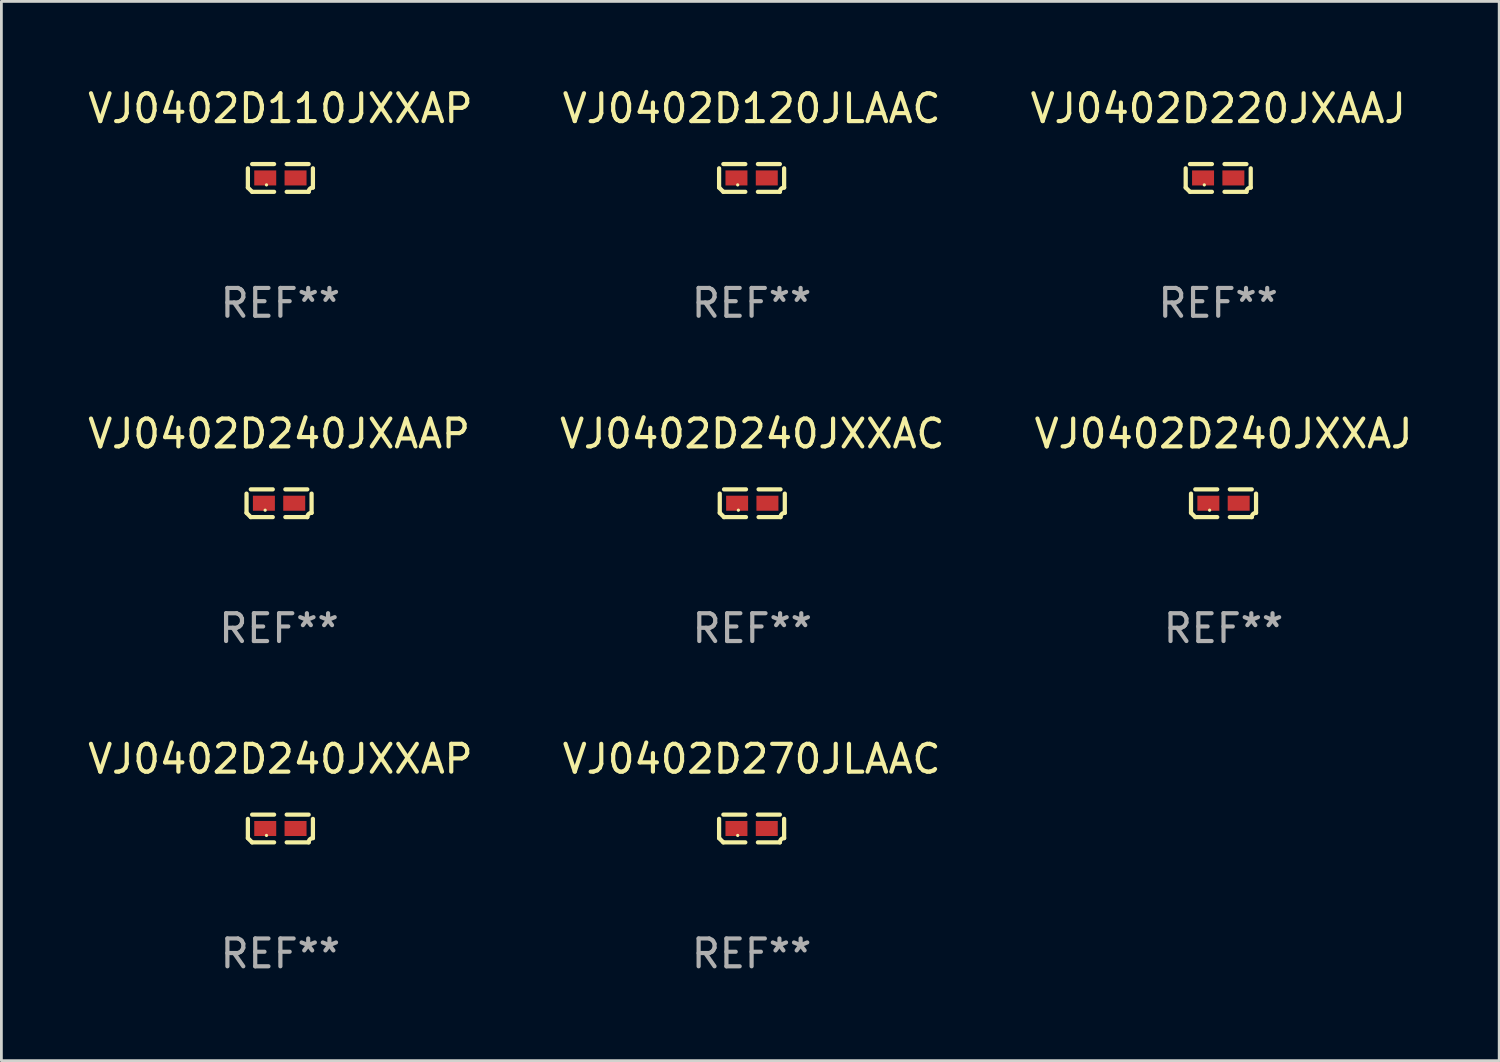
<source format=kicad_pcb>
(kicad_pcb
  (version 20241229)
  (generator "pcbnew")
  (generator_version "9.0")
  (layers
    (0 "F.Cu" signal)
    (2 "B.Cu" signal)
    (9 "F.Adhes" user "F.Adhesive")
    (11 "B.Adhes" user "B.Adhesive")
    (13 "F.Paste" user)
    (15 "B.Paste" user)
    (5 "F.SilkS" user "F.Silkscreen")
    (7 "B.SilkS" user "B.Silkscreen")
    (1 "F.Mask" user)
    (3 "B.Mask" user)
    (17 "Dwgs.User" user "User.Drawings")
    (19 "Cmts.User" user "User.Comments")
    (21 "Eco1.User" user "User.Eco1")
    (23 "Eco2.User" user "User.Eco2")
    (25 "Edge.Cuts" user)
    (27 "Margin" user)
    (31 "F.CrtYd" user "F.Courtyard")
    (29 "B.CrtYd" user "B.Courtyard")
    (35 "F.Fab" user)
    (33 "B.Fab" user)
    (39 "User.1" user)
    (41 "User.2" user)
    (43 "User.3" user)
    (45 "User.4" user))
  (footprint "VJ0402D240JXAAP"
    (layer "F.Cu")
    (at 6.982 15.041)
    (property "Reference" "VJ0402D240JXAAP" (at 0 -2.499 0) (layer "F.SilkS") (effects (font (size 1 1) (thickness 0.15))))
    (attr through_hole)
    (fp_line (start -1.169 0.346) (end -1.169 -0.346) (stroke (width 0.152) (type solid)) (layer "F.SilkS"))
    (fp_line (start -1.016 -0.499) (end -0.226 -0.499) (stroke (width 0.152) (type solid)) (layer "F.SilkS"))
    (fp_line (start -0.226 0.499) (end -1.016 0.499) (stroke (width 0.152) (type solid)) (layer "F.SilkS"))
    (fp_line (start 0.226 0.499) (end 1.016 0.499) (stroke (width 0.152) (type solid)) (layer "F.SilkS"))
    (fp_line (start 1.016 -0.499) (end 0.226 -0.499) (stroke (width 0.152) (type solid)) (layer "F.SilkS"))
    (fp_line (start 1.169 0.346) (end 1.169 -0.346) (stroke (width 0.152) (type solid)) (layer "F.SilkS"))
    (fp_arc (start -1.016307 0.498603) (mid -1.092512 0.422405) (end -1.16871 0.3462) (stroke (width 0.1524) (type solid)) (layer "F.SilkS"))
    (fp_arc (start 1.016307 0.498603) (mid 1.060899 0.390758) (end 1.168707 0.346076) (stroke (width 0.1524) (type solid)) (layer "F.SilkS"))
    (fp_circle (center -0.5 0.25) (end -0.47 0.25) (stroke (width 0.06) (type solid)) (fill no) (layer "F.SilkS"))
    (fp_text user "REF**" (at 0 4.499 0) (layer "F.Fab") (effects (font (size 1 1) (thickness 0.15))))
    (pad "1" smd rect (at -0.545 0) (size 0.79 0.54) (layers "F.Cu" "F.Mask" "F.Paste"))
    (pad "2" smd rect (at 0.545 0) (size 0.79 0.54) (layers "F.Cu" "F.Mask" "F.Paste")))
  (footprint "VJ0402D120JLAAC"
    (layer "F.Cu")
    (at 23.97 3.347)
    (property "Reference" "VJ0402D120JLAAC" (at 0 -2.499 0) (layer "F.SilkS") (effects (font (size 1 1) (thickness 0.15))))
    (attr through_hole)
    (fp_line (start -1.169 0.346) (end -1.169 -0.346) (stroke (width 0.152) (type solid)) (layer "F.SilkS"))
    (fp_line (start -1.016 -0.499) (end -0.226 -0.499) (stroke (width 0.152) (type solid)) (layer "F.SilkS"))
    (fp_line (start -0.226 0.499) (end -1.016 0.499) (stroke (width 0.152) (type solid)) (layer "F.SilkS"))
    (fp_line (start 0.226 0.499) (end 1.016 0.499) (stroke (width 0.152) (type solid)) (layer "F.SilkS"))
    (fp_line (start 1.016 -0.499) (end 0.226 -0.499) (stroke (width 0.152) (type solid)) (layer "F.SilkS"))
    (fp_line (start 1.169 0.346) (end 1.169 -0.346) (stroke (width 0.152) (type solid)) (layer "F.SilkS"))
    (fp_arc (start -1.016307 0.498603) (mid -1.092512 0.422405) (end -1.16871 0.3462) (stroke (width 0.1524) (type solid)) (layer "F.SilkS"))
    (fp_arc (start 1.016307 0.498603) (mid 1.060899 0.390758) (end 1.168707 0.346076) (stroke (width 0.1524) (type solid)) (layer "F.SilkS"))
    (fp_circle (center -0.5 0.25) (end -0.47 0.25) (stroke (width 0.06) (type solid)) (fill no) (layer "F.SilkS"))
    (fp_text user "REF**" (at 0 4.499 0) (layer "F.Fab") (effects (font (size 1 1) (thickness 0.15))))
    (pad "1" smd rect (at -0.545 0) (size 0.79 0.54) (layers "F.Cu" "F.Mask" "F.Paste"))
    (pad "2" smd rect (at 0.545 0) (size 0.79 0.54) (layers "F.Cu" "F.Mask" "F.Paste")))
  (footprint "VJ0402D270JLAAC"
    (layer "F.Cu")
    (at 23.97 26.734)
    (property "Reference" "VJ0402D270JLAAC" (at 0 -2.499 0) (layer "F.SilkS") (effects (font (size 1 1) (thickness 0.15))))
    (attr through_hole)
    (fp_line (start -1.169 0.346) (end -1.169 -0.346) (stroke (width 0.152) (type solid)) (layer "F.SilkS"))
    (fp_line (start -1.016 -0.499) (end -0.226 -0.499) (stroke (width 0.152) (type solid)) (layer "F.SilkS"))
    (fp_line (start -0.226 0.499) (end -1.016 0.499) (stroke (width 0.152) (type solid)) (layer "F.SilkS"))
    (fp_line (start 0.226 0.499) (end 1.016 0.499) (stroke (width 0.152) (type solid)) (layer "F.SilkS"))
    (fp_line (start 1.016 -0.499) (end 0.226 -0.499) (stroke (width 0.152) (type solid)) (layer "F.SilkS"))
    (fp_line (start 1.169 0.346) (end 1.169 -0.346) (stroke (width 0.152) (type solid)) (layer "F.SilkS"))
    (fp_arc (start -1.016307 0.498603) (mid -1.092512 0.422405) (end -1.16871 0.3462) (stroke (width 0.1524) (type solid)) (layer "F.SilkS"))
    (fp_arc (start 1.016307 0.498603) (mid 1.060899 0.390758) (end 1.168707 0.346076) (stroke (width 0.1524) (type solid)) (layer "F.SilkS"))
    (fp_circle (center -0.5 0.25) (end -0.47 0.25) (stroke (width 0.06) (type solid)) (fill no) (layer "F.SilkS"))
    (fp_text user "REF**" (at 0 4.499 0) (layer "F.Fab") (effects (font (size 1 1) (thickness 0.15))))
    (pad "1" smd rect (at -0.545 0) (size 0.79 0.54) (layers "F.Cu" "F.Mask" "F.Paste"))
    (pad "2" smd rect (at 0.545 0) (size 0.79 0.54) (layers "F.Cu" "F.Mask" "F.Paste")))
  (footprint "VJ0402D220JXAAJ"
    (layer "F.Cu")
    (at 40.744 3.347)
    (property "Reference" "VJ0402D220JXAAJ" (at 0 -2.499 0) (layer "F.SilkS") (effects (font (size 1 1) (thickness 0.15))))
    (attr through_hole)
    (fp_line (start -1.169 0.346) (end -1.169 -0.346) (stroke (width 0.152) (type solid)) (layer "F.SilkS"))
    (fp_line (start -1.016 -0.499) (end -0.226 -0.499) (stroke (width 0.152) (type solid)) (layer "F.SilkS"))
    (fp_line (start -0.226 0.499) (end -1.016 0.499) (stroke (width 0.152) (type solid)) (layer "F.SilkS"))
    (fp_line (start 0.226 0.499) (end 1.016 0.499) (stroke (width 0.152) (type solid)) (layer "F.SilkS"))
    (fp_line (start 1.016 -0.499) (end 0.226 -0.499) (stroke (width 0.152) (type solid)) (layer "F.SilkS"))
    (fp_line (start 1.169 0.346) (end 1.169 -0.346) (stroke (width 0.152) (type solid)) (layer "F.SilkS"))
    (fp_arc (start -1.016307 0.498603) (mid -1.092512 0.422405) (end -1.16871 0.3462) (stroke (width 0.1524) (type solid)) (layer "F.SilkS"))
    (fp_arc (start 1.016307 0.498603) (mid 1.060899 0.390758) (end 1.168707 0.346076) (stroke (width 0.1524) (type solid)) (layer "F.SilkS"))
    (fp_circle (center -0.5 0.25) (end -0.47 0.25) (stroke (width 0.06) (type solid)) (fill no) (layer "F.SilkS"))
    (fp_text user "REF**" (at 0 4.499 0) (layer "F.Fab") (effects (font (size 1 1) (thickness 0.15))))
    (pad "1" smd rect (at -0.545 0) (size 0.79 0.54) (layers "F.Cu" "F.Mask" "F.Paste"))
    (pad "2" smd rect (at 0.545 0) (size 0.79 0.54) (layers "F.Cu" "F.Mask" "F.Paste")))
  (footprint "VJ0402D110JXXAP"
    (layer "F.Cu")
    (at 7.03 3.347)
    (property "Reference" "VJ0402D110JXXAP" (at 0 -2.499 0) (layer "F.SilkS") (effects (font (size 1 1) (thickness 0.15))))
    (attr through_hole)
    (fp_line (start -1.169 0.346) (end -1.169 -0.346) (stroke (width 0.152) (type solid)) (layer "F.SilkS"))
    (fp_line (start -1.016 -0.499) (end -0.226 -0.499) (stroke (width 0.152) (type solid)) (layer "F.SilkS"))
    (fp_line (start -0.226 0.499) (end -1.016 0.499) (stroke (width 0.152) (type solid)) (layer "F.SilkS"))
    (fp_line (start 0.226 0.499) (end 1.016 0.499) (stroke (width 0.152) (type solid)) (layer "F.SilkS"))
    (fp_line (start 1.016 -0.499) (end 0.226 -0.499) (stroke (width 0.152) (type solid)) (layer "F.SilkS"))
    (fp_line (start 1.169 0.346) (end 1.169 -0.346) (stroke (width 0.152) (type solid)) (layer "F.SilkS"))
    (fp_arc (start -1.016307 0.498603) (mid -1.092512 0.422405) (end -1.16871 0.3462) (stroke (width 0.1524) (type solid)) (layer "F.SilkS"))
    (fp_arc (start 1.016307 0.498603) (mid 1.060899 0.390758) (end 1.168707 0.346076) (stroke (width 0.1524) (type solid)) (layer "F.SilkS"))
    (fp_circle (center -0.5 0.25) (end -0.47 0.25) (stroke (width 0.06) (type solid)) (fill no) (layer "F.SilkS"))
    (fp_text user "REF**" (at 0 4.499 0) (layer "F.Fab") (effects (font (size 1 1) (thickness 0.15))))
    (pad "1" smd rect (at -0.545 0) (size 0.79 0.54) (layers "F.Cu" "F.Mask" "F.Paste"))
    (pad "2" smd rect (at 0.545 0) (size 0.79 0.54) (layers "F.Cu" "F.Mask" "F.Paste")))
  (footprint "VJ0402D240JXXAC"
    (layer "F.Cu")
    (at 23.994 15.041)
    (property "Reference" "VJ0402D240JXXAC" (at 0 -2.499 0) (layer "F.SilkS") (effects (font (size 1 1) (thickness 0.15))))
    (attr through_hole)
    (fp_line (start -1.169 0.346) (end -1.169 -0.346) (stroke (width 0.152) (type solid)) (layer "F.SilkS"))
    (fp_line (start -1.016 -0.499) (end -0.226 -0.499) (stroke (width 0.152) (type solid)) (layer "F.SilkS"))
    (fp_line (start -0.226 0.499) (end -1.016 0.499) (stroke (width 0.152) (type solid)) (layer "F.SilkS"))
    (fp_line (start 0.226 0.499) (end 1.016 0.499) (stroke (width 0.152) (type solid)) (layer "F.SilkS"))
    (fp_line (start 1.016 -0.499) (end 0.226 -0.499) (stroke (width 0.152) (type solid)) (layer "F.SilkS"))
    (fp_line (start 1.169 0.346) (end 1.169 -0.346) (stroke (width 0.152) (type solid)) (layer "F.SilkS"))
    (fp_arc (start -1.016307 0.498603) (mid -1.092512 0.422405) (end -1.16871 0.3462) (stroke (width 0.1524) (type solid)) (layer "F.SilkS"))
    (fp_arc (start 1.016307 0.498603) (mid 1.060899 0.390758) (end 1.168707 0.346076) (stroke (width 0.1524) (type solid)) (layer "F.SilkS"))
    (fp_circle (center -0.5 0.25) (end -0.47 0.25) (stroke (width 0.06) (type solid)) (fill no) (layer "F.SilkS"))
    (fp_text user "REF**" (at 0 4.499 0) (layer "F.Fab") (effects (font (size 1 1) (thickness 0.15))))
    (pad "1" smd rect (at -0.545 0) (size 0.79 0.54) (layers "F.Cu" "F.Mask" "F.Paste"))
    (pad "2" smd rect (at 0.545 0) (size 0.79 0.54) (layers "F.Cu" "F.Mask" "F.Paste")))
  (footprint "VJ0402D240JXXAJ"
    (layer "F.Cu")
    (at 40.935 15.041)
    (property "Reference" "VJ0402D240JXXAJ" (at 0 -2.499 0) (layer "F.SilkS") (effects (font (size 1 1) (thickness 0.15))))
    (attr through_hole)
    (fp_line (start -1.169 0.346) (end -1.169 -0.346) (stroke (width 0.152) (type solid)) (layer "F.SilkS"))
    (fp_line (start -1.016 -0.499) (end -0.226 -0.499) (stroke (width 0.152) (type solid)) (layer "F.SilkS"))
    (fp_line (start -0.226 0.499) (end -1.016 0.499) (stroke (width 0.152) (type solid)) (layer "F.SilkS"))
    (fp_line (start 0.226 0.499) (end 1.016 0.499) (stroke (width 0.152) (type solid)) (layer "F.SilkS"))
    (fp_line (start 1.016 -0.499) (end 0.226 -0.499) (stroke (width 0.152) (type solid)) (layer "F.SilkS"))
    (fp_line (start 1.169 0.346) (end 1.169 -0.346) (stroke (width 0.152) (type solid)) (layer "F.SilkS"))
    (fp_arc (start -1.016307 0.498603) (mid -1.092512 0.422405) (end -1.16871 0.3462) (stroke (width 0.1524) (type solid)) (layer "F.SilkS"))
    (fp_arc (start 1.016307 0.498603) (mid 1.060899 0.390758) (end 1.168707 0.346076) (stroke (width 0.1524) (type solid)) (layer "F.SilkS"))
    (fp_circle (center -0.5 0.25) (end -0.47 0.25) (stroke (width 0.06) (type solid)) (fill no) (layer "F.SilkS"))
    (fp_text user "REF**" (at 0 4.499 0) (layer "F.Fab") (effects (font (size 1 1) (thickness 0.15))))
    (pad "1" smd rect (at -0.545 0) (size 0.79 0.54) (layers "F.Cu" "F.Mask" "F.Paste"))
    (pad "2" smd rect (at 0.545 0) (size 0.79 0.54) (layers "F.Cu" "F.Mask" "F.Paste")))
  (footprint "VJ0402D240JXXAP"
    (layer "F.Cu")
    (at 7.03 26.734)
    (property "Reference" "VJ0402D240JXXAP" (at 0 -2.499 0) (layer "F.SilkS") (effects (font (size 1 1) (thickness 0.15))))
    (attr through_hole)
    (fp_line (start -1.169 0.346) (end -1.169 -0.346) (stroke (width 0.152) (type solid)) (layer "F.SilkS"))
    (fp_line (start -1.016 -0.499) (end -0.226 -0.499) (stroke (width 0.152) (type solid)) (layer "F.SilkS"))
    (fp_line (start -0.226 0.499) (end -1.016 0.499) (stroke (width 0.152) (type solid)) (layer "F.SilkS"))
    (fp_line (start 0.226 0.499) (end 1.016 0.499) (stroke (width 0.152) (type solid)) (layer "F.SilkS"))
    (fp_line (start 1.016 -0.499) (end 0.226 -0.499) (stroke (width 0.152) (type solid)) (layer "F.SilkS"))
    (fp_line (start 1.169 0.346) (end 1.169 -0.346) (stroke (width 0.152) (type solid)) (layer "F.SilkS"))
    (fp_arc (start -1.016307 0.498603) (mid -1.092512 0.422405) (end -1.16871 0.3462) (stroke (width 0.1524) (type solid)) (layer "F.SilkS"))
    (fp_arc (start 1.016307 0.498603) (mid 1.060899 0.390758) (end 1.168707 0.346076) (stroke (width 0.1524) (type solid)) (layer "F.SilkS"))
    (fp_circle (center -0.5 0.25) (end -0.47 0.25) (stroke (width 0.06) (type solid)) (fill no) (layer "F.SilkS"))
    (fp_text user "REF**" (at 0 4.499 0) (layer "F.Fab") (effects (font (size 1 1) (thickness 0.15))))
    (pad "1" smd rect (at -0.545 0) (size 0.79 0.54) (layers "F.Cu" "F.Mask" "F.Paste"))
    (pad "2" smd rect (at 0.545 0) (size 0.79 0.54) (layers "F.Cu" "F.Mask" "F.Paste")))
  (gr_rect
    (start -3 -3)
    (end 50.845 35.081)
    (stroke (width 0.1) (type default))
    (fill no)
    (layer "Edge.Cuts")))
</source>
